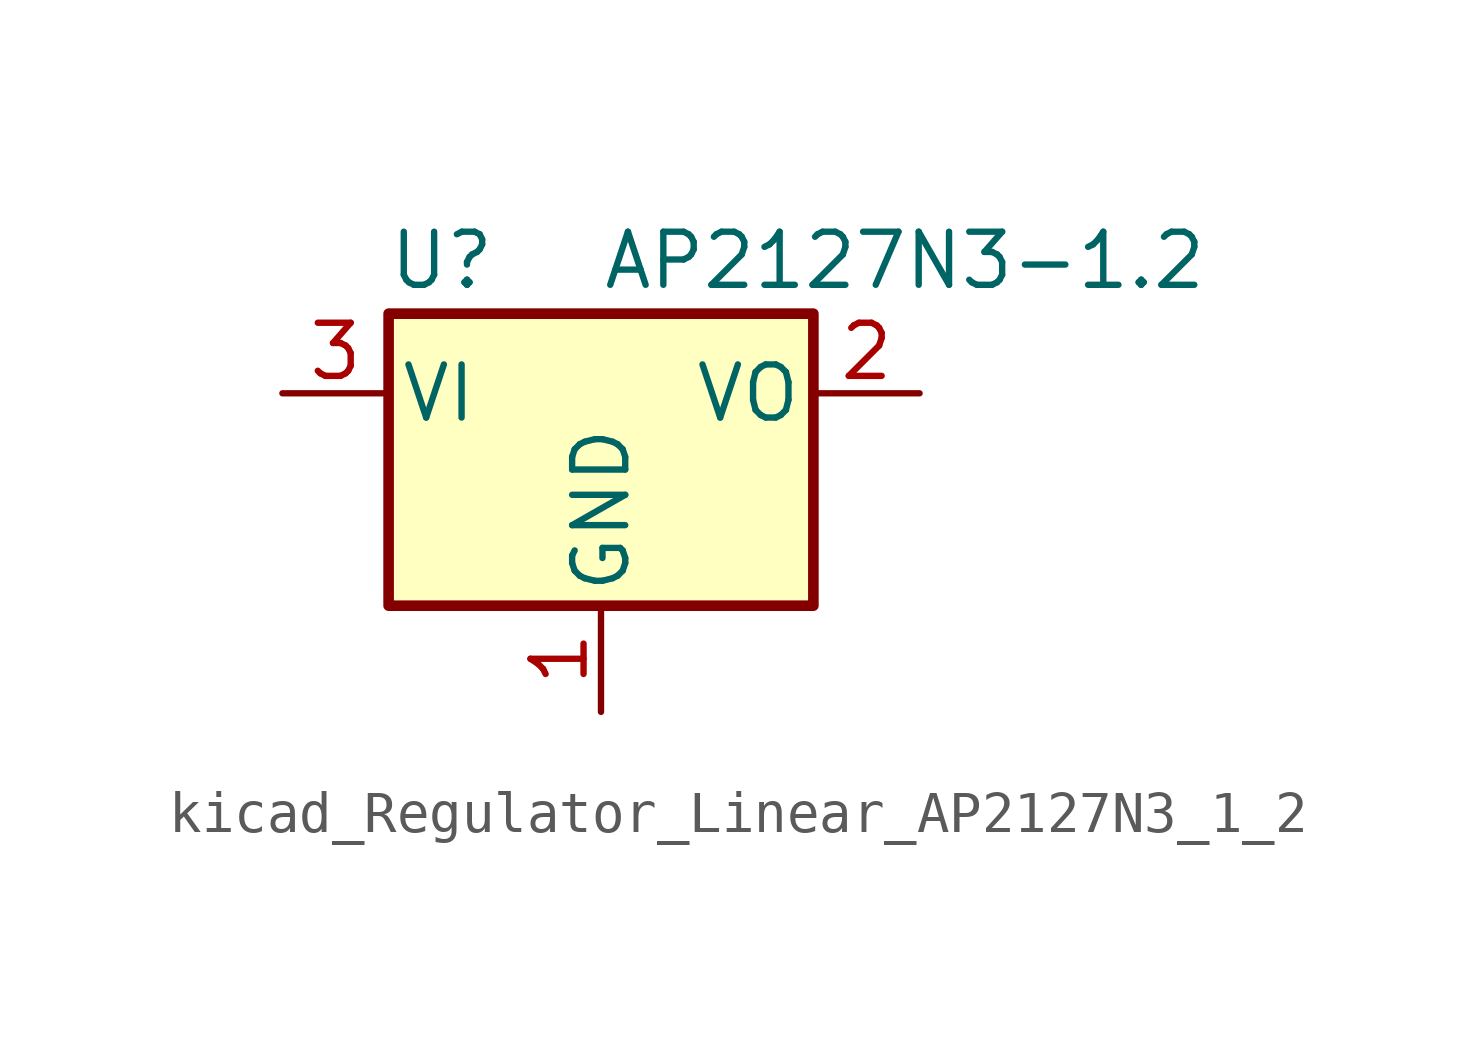
<source format=kicad_sym>
(kicad_symbol_lib
  (version 20220914)
  (generator kicad_symbol_editor)
  (symbol "kicad_Regulator_Linear_AP2127N3_1_2"
    (pin_names
      (offset 0.254))
    (property "Reference" "U"
      (at -3.81 3.175 0)
      (effects (font (size 1.27 1.27))))
    (property "Value" "AP2127N3-1.2"
      (at 0 3.175 0)
      (effects (font (size 1.27 1.27)) (justify left)))
    (symbol "kicad_Regulator_Linear_AP2127N3_1_2_0_1"
      (rectangle (start -5.08 1.905) (end 5.08 -5.08) (stroke (width 0.254) (type default)) (fill (type background))))
    (symbol "kicad_Regulator_Linear_AP2127N3_1_2_1_1"
      (pin power_in line (at 0 -7.62 90) (length 2.54) (name "GND" (effects (font (size 1.27 1.27)))) (number "1" (effects (font (size 1.27 1.27)))))
      (pin power_out line (at 7.62 0 180) (length 2.54) (name "VO" (effects (font (size 1.27 1.27)))) (number "2" (effects (font (size 1.27 1.27)))))
      (pin power_in line (at -7.62 0 0) (length 2.54) (name "VI" (effects (font (size 1.27 1.27)))) (number "3" (effects (font (size 1.27 1.27))))))))
</source>
